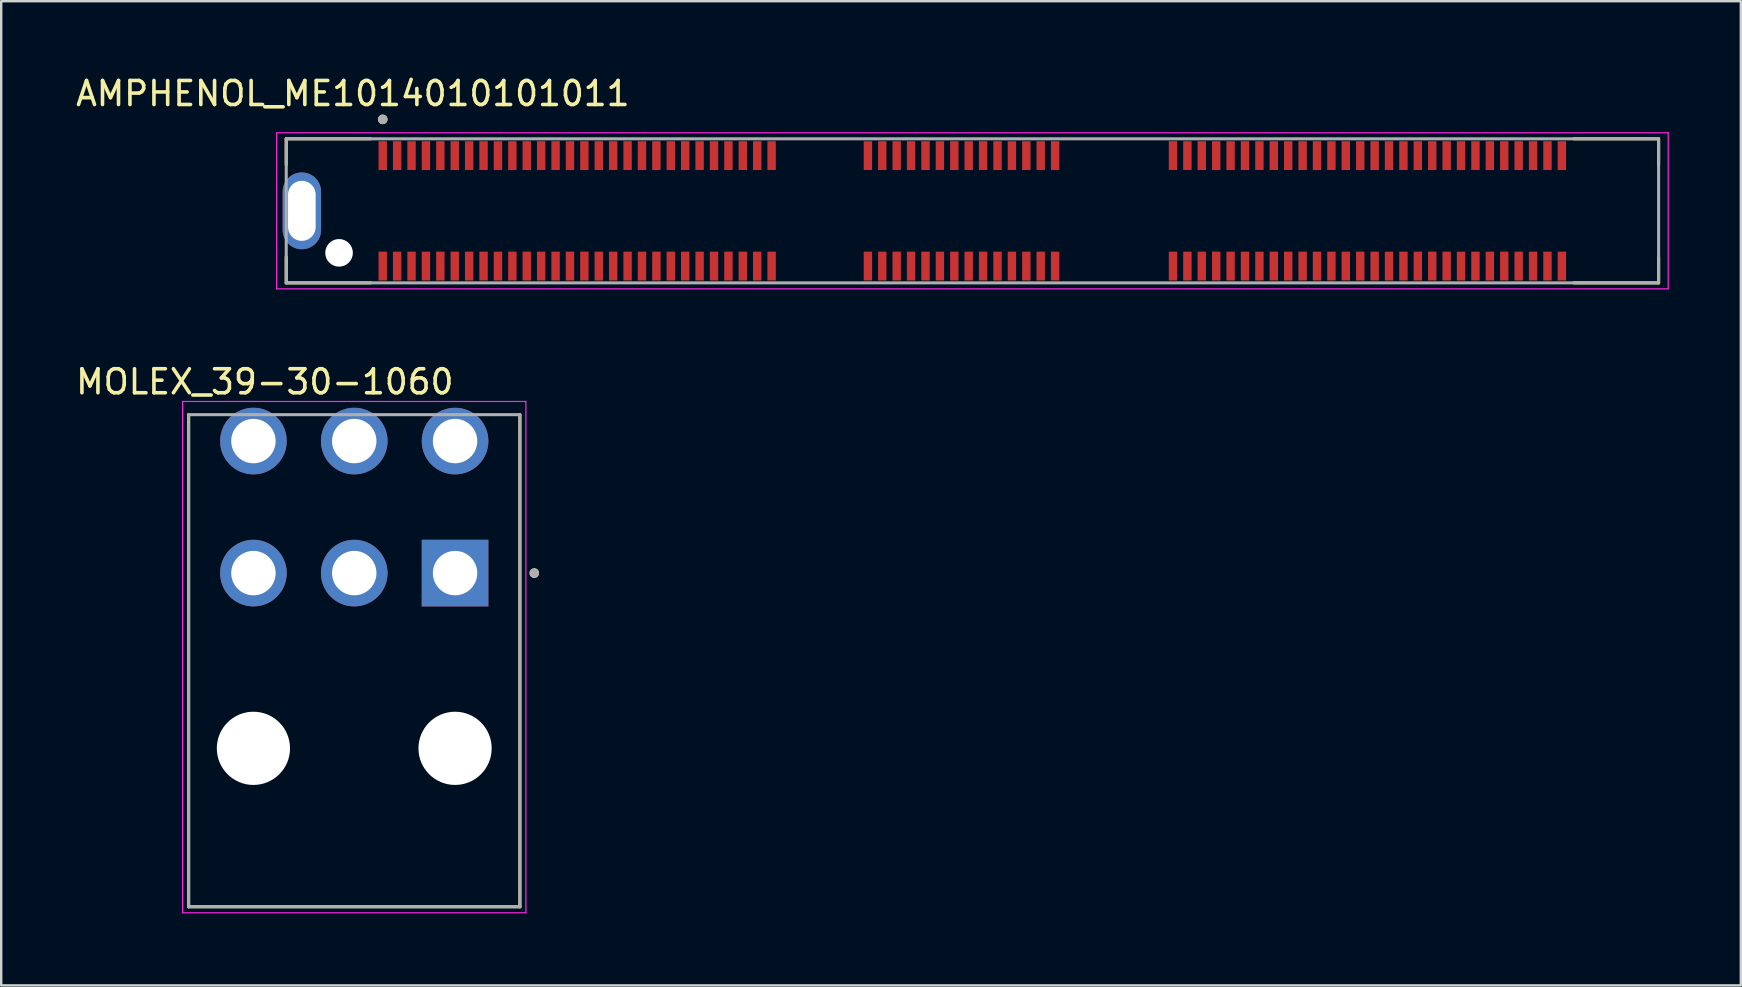
<source format=kicad_pcb>
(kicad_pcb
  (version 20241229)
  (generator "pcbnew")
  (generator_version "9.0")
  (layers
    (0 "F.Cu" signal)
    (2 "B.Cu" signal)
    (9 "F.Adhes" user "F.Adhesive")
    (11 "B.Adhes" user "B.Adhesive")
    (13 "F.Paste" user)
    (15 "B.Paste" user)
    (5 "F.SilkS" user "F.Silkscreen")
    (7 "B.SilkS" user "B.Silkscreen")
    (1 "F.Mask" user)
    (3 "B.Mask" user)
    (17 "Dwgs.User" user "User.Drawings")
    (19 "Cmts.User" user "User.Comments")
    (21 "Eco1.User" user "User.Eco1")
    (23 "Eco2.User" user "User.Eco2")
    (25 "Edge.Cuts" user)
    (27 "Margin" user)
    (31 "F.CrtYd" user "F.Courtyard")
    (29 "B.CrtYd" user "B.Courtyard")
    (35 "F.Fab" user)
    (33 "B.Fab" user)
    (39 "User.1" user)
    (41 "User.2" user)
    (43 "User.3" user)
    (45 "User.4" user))
  (footprint "AMPHENOL_ME1014010101011"
    (layer "F.Cu")
    (at 37.459 5.733)
    (property "Reference" "AMPHENOL_ME1014010101011" (at -25.81 -4.885 0) (layer "F.SilkS") (effects (font (size 1 1) (thickness 0.15))))
    (attr smd)
    (fp_line (start -28.585 -3) (end -28.585 -1.92) (stroke (width 0.127) (type solid)) (layer "F.SilkS"))
    (fp_line (start -28.585 3) (end -28.585 1.92) (stroke (width 0.127) (type solid)) (layer "F.SilkS"))
    (fp_line (start -28.585 3) (end -25.06 3) (stroke (width 0.127) (type solid)) (layer "F.SilkS"))
    (fp_line (start -25.06 -3) (end -28.585 -3) (stroke (width 0.127) (type solid)) (layer "F.SilkS"))
    (fp_line (start 25.05 3) (end 28.585 3) (stroke (width 0.127) (type solid)) (layer "F.SilkS"))
    (fp_line (start 28.585 -3) (end 25.05 -3) (stroke (width 0.127) (type solid)) (layer "F.SilkS"))
    (fp_line (start 28.585 -1.92) (end 28.585 -3) (stroke (width 0.127) (type solid)) (layer "F.SilkS"))
    (fp_line (start 28.585 3) (end 28.585 1.92) (stroke (width 0.127) (type solid)) (layer "F.SilkS"))
    (fp_circle (center -24.565 -3.81) (end -24.465 -3.81) (stroke (width 0.2) (type solid)) (fill no) (layer "F.SilkS"))
    (fp_line (start -28.985 -3.25) (end -28.985 3.25) (stroke (width 0.05) (type solid)) (layer "F.CrtYd"))
    (fp_line (start -28.985 3.25) (end 28.985 3.25) (stroke (width 0.05) (type solid)) (layer "F.CrtYd"))
    (fp_line (start 28.985 -3.25) (end -28.985 -3.25) (stroke (width 0.05) (type solid)) (layer "F.CrtYd"))
    (fp_line (start 28.985 3.25) (end 28.985 -3.25) (stroke (width 0.05) (type solid)) (layer "F.CrtYd"))
    (fp_line (start -28.585 -3) (end -28.585 3) (stroke (width 0.127) (type solid)) (layer "F.Fab"))
    (fp_line (start -28.585 3) (end 28.585 3) (stroke (width 0.127) (type solid)) (layer "F.Fab"))
    (fp_line (start 28.585 -3) (end -28.585 -3) (stroke (width 0.127) (type solid)) (layer "F.Fab"))
    (fp_line (start 28.585 3) (end 28.585 -3) (stroke (width 0.127) (type solid)) (layer "F.Fab"))
    (fp_circle (center -24.565 -3.81) (end -24.465 -3.81) (stroke (width 0.2) (type solid)) (fill no) (layer "F.Fab"))
    (pad "" np_thru_hole circle (at -26.385 1.75) (size 1.15 1.15) (drill 1.15) (layers "*.Cu" "*.Mask"))
    (pad "A1" smd rect (at -24.565 -2.3) (size 0.35 1.2) (layers "F.Cu" "F.Mask" "F.Paste"))
    (pad "A2" smd rect (at -23.965 -2.3) (size 0.35 1.2) (layers "F.Cu" "F.Mask" "F.Paste"))
    (pad "A3" smd rect (at -23.365 -2.3) (size 0.35 1.2) (layers "F.Cu" "F.Mask" "F.Paste"))
    (pad "A4" smd rect (at -22.765 -2.3) (size 0.35 1.2) (layers "F.Cu" "F.Mask" "F.Paste"))
    (pad "A5" smd rect (at -22.165 -2.3) (size 0.35 1.2) (layers "F.Cu" "F.Mask" "F.Paste"))
    (pad "A6" smd rect (at -21.565 -2.3) (size 0.35 1.2) (layers "F.Cu" "F.Mask" "F.Paste"))
    (pad "A7" smd rect (at -20.965 -2.3) (size 0.35 1.2) (layers "F.Cu" "F.Mask" "F.Paste"))
    (pad "A8" smd rect (at -20.365 -2.3) (size 0.35 1.2) (layers "F.Cu" "F.Mask" "F.Paste"))
    (pad "A9" smd rect (at -19.765 -2.3) (size 0.35 1.2) (layers "F.Cu" "F.Mask" "F.Paste"))
    (pad "A10" smd rect (at -19.165 -2.3) (size 0.35 1.2) (layers "F.Cu" "F.Mask" "F.Paste"))
    (pad "A11" smd rect (at -18.565 -2.3) (size 0.35 1.2) (layers "F.Cu" "F.Mask" "F.Paste"))
    (pad "A12" smd rect (at -17.965 -2.3) (size 0.35 1.2) (layers "F.Cu" "F.Mask" "F.Paste"))
    (pad "A13" smd rect (at -17.365 -2.3) (size 0.35 1.2) (layers "F.Cu" "F.Mask" "F.Paste"))
    (pad "A14" smd rect (at -16.765 -2.3) (size 0.35 1.2) (layers "F.Cu" "F.Mask" "F.Paste"))
    (pad "A15" smd rect (at -16.165 -2.3) (size 0.35 1.2) (layers "F.Cu" "F.Mask" "F.Paste"))
    (pad "A16" smd rect (at -15.565 -2.3) (size 0.35 1.2) (layers "F.Cu" "F.Mask" "F.Paste"))
    (pad "A17" smd rect (at -14.965 -2.3) (size 0.35 1.2) (layers "F.Cu" "F.Mask" "F.Paste"))
    (pad "A18" smd rect (at -14.365 -2.3) (size 0.35 1.2) (layers "F.Cu" "F.Mask" "F.Paste"))
    (pad "A19" smd rect (at -13.765 -2.3) (size 0.35 1.2) (layers "F.Cu" "F.Mask" "F.Paste"))
    (pad "A20" smd rect (at -13.165 -2.3) (size 0.35 1.2) (layers "F.Cu" "F.Mask" "F.Paste"))
    (pad "A21" smd rect (at -12.565 -2.3) (size 0.35 1.2) (layers "F.Cu" "F.Mask" "F.Paste"))
    (pad "A22" smd rect (at -11.965 -2.3) (size 0.35 1.2) (layers "F.Cu" "F.Mask" "F.Paste"))
    (pad "A23" smd rect (at -11.365 -2.3) (size 0.35 1.2) (layers "F.Cu" "F.Mask" "F.Paste"))
    (pad "A24" smd rect (at -10.765 -2.3) (size 0.35 1.2) (layers "F.Cu" "F.Mask" "F.Paste"))
    (pad "A25" smd rect (at -10.165 -2.3) (size 0.35 1.2) (layers "F.Cu" "F.Mask" "F.Paste"))
    (pad "A26" smd rect (at -9.565 -2.3) (size 0.35 1.2) (layers "F.Cu" "F.Mask" "F.Paste"))
    (pad "A27" smd rect (at -8.965 -2.3) (size 0.35 1.2) (layers "F.Cu" "F.Mask" "F.Paste"))
    (pad "A28" smd rect (at -8.365 -2.3) (size 0.35 1.2) (layers "F.Cu" "F.Mask" "F.Paste"))
    (pad "A29" smd rect (at -4.355 -2.3) (size 0.35 1.2) (layers "F.Cu" "F.Mask" "F.Paste"))
    (pad "A30" smd rect (at -3.755 -2.3) (size 0.35 1.2) (layers "F.Cu" "F.Mask" "F.Paste"))
    (pad "A31" smd rect (at -3.155 -2.3) (size 0.35 1.2) (layers "F.Cu" "F.Mask" "F.Paste"))
    (pad "A32" smd rect (at -2.555 -2.3) (size 0.35 1.2) (layers "F.Cu" "F.Mask" "F.Paste"))
    (pad "A33" smd rect (at -1.955 -2.3) (size 0.35 1.2) (layers "F.Cu" "F.Mask" "F.Paste"))
    (pad "A34" smd rect (at -1.355 -2.3) (size 0.35 1.2) (layers "F.Cu" "F.Mask" "F.Paste"))
    (pad "A35" smd rect (at -0.755 -2.3) (size 0.35 1.2) (layers "F.Cu" "F.Mask" "F.Paste"))
    (pad "A36" smd rect (at -0.155 -2.3) (size 0.35 1.2) (layers "F.Cu" "F.Mask" "F.Paste"))
    (pad "A37" smd rect (at 0.445 -2.3) (size 0.35 1.2) (layers "F.Cu" "F.Mask" "F.Paste"))
    (pad "A38" smd rect (at 1.045 -2.3) (size 0.35 1.2) (layers "F.Cu" "F.Mask" "F.Paste"))
    (pad "A39" smd rect (at 1.645 -2.3) (size 0.35 1.2) (layers "F.Cu" "F.Mask" "F.Paste"))
    (pad "A40" smd rect (at 2.245 -2.3) (size 0.35 1.2) (layers "F.Cu" "F.Mask" "F.Paste"))
    (pad "A41" smd rect (at 2.845 -2.3) (size 0.35 1.2) (layers "F.Cu" "F.Mask" "F.Paste"))
    (pad "A42" smd rect (at 3.445 -2.3) (size 0.35 1.2) (layers "F.Cu" "F.Mask" "F.Paste"))
    (pad "A43" smd rect (at 8.355 -2.3) (size 0.35 1.2) (layers "F.Cu" "F.Mask" "F.Paste"))
    (pad "A44" smd rect (at 8.955 -2.3) (size 0.35 1.2) (layers "F.Cu" "F.Mask" "F.Paste"))
    (pad "A45" smd rect (at 9.555 -2.3) (size 0.35 1.2) (layers "F.Cu" "F.Mask" "F.Paste"))
    (pad "A46" smd rect (at 10.155 -2.3) (size 0.35 1.2) (layers "F.Cu" "F.Mask" "F.Paste"))
    (pad "A47" smd rect (at 10.755 -2.3) (size 0.35 1.2) (layers "F.Cu" "F.Mask" "F.Paste"))
    (pad "A48" smd rect (at 11.355 -2.3) (size 0.35 1.2) (layers "F.Cu" "F.Mask" "F.Paste"))
    (pad "A49" smd rect (at 11.955 -2.3) (size 0.35 1.2) (layers "F.Cu" "F.Mask" "F.Paste"))
    (pad "A50" smd rect (at 12.555 -2.3) (size 0.35 1.2) (layers "F.Cu" "F.Mask" "F.Paste"))
    (pad "A51" smd rect (at 13.155 -2.3) (size 0.35 1.2) (layers "F.Cu" "F.Mask" "F.Paste"))
    (pad "A52" smd rect (at 13.755 -2.3) (size 0.35 1.2) (layers "F.Cu" "F.Mask" "F.Paste"))
    (pad "A53" smd rect (at 14.355 -2.3) (size 0.35 1.2) (layers "F.Cu" "F.Mask" "F.Paste"))
    (pad "A54" smd rect (at 14.955 -2.3) (size 0.35 1.2) (layers "F.Cu" "F.Mask" "F.Paste"))
    (pad "A55" smd rect (at 15.555 -2.3) (size 0.35 1.2) (layers "F.Cu" "F.Mask" "F.Paste"))
    (pad "A56" smd rect (at 16.155 -2.3) (size 0.35 1.2) (layers "F.Cu" "F.Mask" "F.Paste"))
    (pad "A57" smd rect (at 16.755 -2.3) (size 0.35 1.2) (layers "F.Cu" "F.Mask" "F.Paste"))
    (pad "A58" smd rect (at 17.355 -2.3) (size 0.35 1.2) (layers "F.Cu" "F.Mask" "F.Paste"))
    (pad "A59" smd rect (at 17.955 -2.3) (size 0.35 1.2) (layers "F.Cu" "F.Mask" "F.Paste"))
    (pad "A60" smd rect (at 18.555 -2.3) (size 0.35 1.2) (layers "F.Cu" "F.Mask" "F.Paste"))
    (pad "A61" smd rect (at 19.155 -2.3) (size 0.35 1.2) (layers "F.Cu" "F.Mask" "F.Paste"))
    (pad "A62" smd rect (at 19.755 -2.3) (size 0.35 1.2) (layers "F.Cu" "F.Mask" "F.Paste"))
    (pad "A63" smd rect (at 20.355 -2.3) (size 0.35 1.2) (layers "F.Cu" "F.Mask" "F.Paste"))
    (pad "A64" smd rect (at 20.955 -2.3) (size 0.35 1.2) (layers "F.Cu" "F.Mask" "F.Paste"))
    (pad "A65" smd rect (at 21.555 -2.3) (size 0.35 1.2) (layers "F.Cu" "F.Mask" "F.Paste"))
    (pad "A66" smd rect (at 22.155 -2.3) (size 0.35 1.2) (layers "F.Cu" "F.Mask" "F.Paste"))
    (pad "A67" smd rect (at 22.755 -2.3) (size 0.35 1.2) (layers "F.Cu" "F.Mask" "F.Paste"))
    (pad "A68" smd rect (at 23.355 -2.3) (size 0.35 1.2) (layers "F.Cu" "F.Mask" "F.Paste"))
    (pad "A69" smd rect (at 23.955 -2.3) (size 0.35 1.2) (layers "F.Cu" "F.Mask" "F.Paste"))
    (pad "A70" smd rect (at 24.555 -2.3) (size 0.35 1.2) (layers "F.Cu" "F.Mask" "F.Paste"))
    (pad "B1" smd rect (at -24.565 2.3) (size 0.35 1.2) (layers "F.Cu" "F.Mask" "F.Paste"))
    (pad "B2" smd rect (at -23.965 2.3) (size 0.35 1.2) (layers "F.Cu" "F.Mask" "F.Paste"))
    (pad "B3" smd rect (at -23.365 2.3) (size 0.35 1.2) (layers "F.Cu" "F.Mask" "F.Paste"))
    (pad "B4" smd rect (at -22.765 2.3) (size 0.35 1.2) (layers "F.Cu" "F.Mask" "F.Paste"))
    (pad "B5" smd rect (at -22.165 2.3) (size 0.35 1.2) (layers "F.Cu" "F.Mask" "F.Paste"))
    (pad "B6" smd rect (at -21.565 2.3) (size 0.35 1.2) (layers "F.Cu" "F.Mask" "F.Paste"))
    (pad "B7" smd rect (at -20.965 2.3) (size 0.35 1.2) (layers "F.Cu" "F.Mask" "F.Paste"))
    (pad "B8" smd rect (at -20.365 2.3) (size 0.35 1.2) (layers "F.Cu" "F.Mask" "F.Paste"))
    (pad "B9" smd rect (at -19.765 2.3) (size 0.35 1.2) (layers "F.Cu" "F.Mask" "F.Paste"))
    (pad "B10" smd rect (at -19.165 2.3) (size 0.35 1.2) (layers "F.Cu" "F.Mask" "F.Paste"))
    (pad "B11" smd rect (at -18.565 2.3) (size 0.35 1.2) (layers "F.Cu" "F.Mask" "F.Paste"))
    (pad "B12" smd rect (at -17.965 2.3) (size 0.35 1.2) (layers "F.Cu" "F.Mask" "F.Paste"))
    (pad "B13" smd rect (at -17.365 2.3) (size 0.35 1.2) (layers "F.Cu" "F.Mask" "F.Paste"))
    (pad "B14" smd rect (at -16.765 2.3) (size 0.35 1.2) (layers "F.Cu" "F.Mask" "F.Paste"))
    (pad "B15" smd rect (at -16.165 2.3) (size 0.35 1.2) (layers "F.Cu" "F.Mask" "F.Paste"))
    (pad "B16" smd rect (at -15.565 2.3) (size 0.35 1.2) (layers "F.Cu" "F.Mask" "F.Paste"))
    (pad "B17" smd rect (at -14.965 2.3) (size 0.35 1.2) (layers "F.Cu" "F.Mask" "F.Paste"))
    (pad "B18" smd rect (at -14.365 2.3) (size 0.35 1.2) (layers "F.Cu" "F.Mask" "F.Paste"))
    (pad "B19" smd rect (at -13.765 2.3) (size 0.35 1.2) (layers "F.Cu" "F.Mask" "F.Paste"))
    (pad "B20" smd rect (at -13.165 2.3) (size 0.35 1.2) (layers "F.Cu" "F.Mask" "F.Paste"))
    (pad "B21" smd rect (at -12.565 2.3) (size 0.35 1.2) (layers "F.Cu" "F.Mask" "F.Paste"))
    (pad "B22" smd rect (at -11.965 2.3) (size 0.35 1.2) (layers "F.Cu" "F.Mask" "F.Paste"))
    (pad "B23" smd rect (at -11.365 2.3) (size 0.35 1.2) (layers "F.Cu" "F.Mask" "F.Paste"))
    (pad "B24" smd rect (at -10.765 2.3) (size 0.35 1.2) (layers "F.Cu" "F.Mask" "F.Paste"))
    (pad "B25" smd rect (at -10.165 2.3) (size 0.35 1.2) (layers "F.Cu" "F.Mask" "F.Paste"))
    (pad "B26" smd rect (at -9.565 2.3) (size 0.35 1.2) (layers "F.Cu" "F.Mask" "F.Paste"))
    (pad "B27" smd rect (at -8.965 2.3) (size 0.35 1.2) (layers "F.Cu" "F.Mask" "F.Paste"))
    (pad "B28" smd rect (at -8.365 2.3) (size 0.35 1.2) (layers "F.Cu" "F.Mask" "F.Paste"))
    (pad "B29" smd rect (at -4.355 2.3) (size 0.35 1.2) (layers "F.Cu" "F.Mask" "F.Paste"))
    (pad "B30" smd rect (at -3.755 2.3) (size 0.35 1.2) (layers "F.Cu" "F.Mask" "F.Paste"))
    (pad "B31" smd rect (at -3.155 2.3) (size 0.35 1.2) (layers "F.Cu" "F.Mask" "F.Paste"))
    (pad "B32" smd rect (at -2.555 2.3) (size 0.35 1.2) (layers "F.Cu" "F.Mask" "F.Paste"))
    (pad "B33" smd rect (at -1.955 2.3) (size 0.35 1.2) (layers "F.Cu" "F.Mask" "F.Paste"))
    (pad "B34" smd rect (at -1.355 2.3) (size 0.35 1.2) (layers "F.Cu" "F.Mask" "F.Paste"))
    (pad "B35" smd rect (at -0.755 2.3) (size 0.35 1.2) (layers "F.Cu" "F.Mask" "F.Paste"))
    (pad "B36" smd rect (at -0.155 2.3) (size 0.35 1.2) (layers "F.Cu" "F.Mask" "F.Paste"))
    (pad "B37" smd rect (at 0.445 2.3) (size 0.35 1.2) (layers "F.Cu" "F.Mask" "F.Paste"))
    (pad "B38" smd rect (at 1.045 2.3) (size 0.35 1.2) (layers "F.Cu" "F.Mask" "F.Paste"))
    (pad "B39" smd rect (at 1.645 2.3) (size 0.35 1.2) (layers "F.Cu" "F.Mask" "F.Paste"))
    (pad "B40" smd rect (at 2.245 2.3) (size 0.35 1.2) (layers "F.Cu" "F.Mask" "F.Paste"))
    (pad "B41" smd rect (at 2.845 2.3) (size 0.35 1.2) (layers "F.Cu" "F.Mask" "F.Paste"))
    (pad "B42" smd rect (at 3.445 2.3) (size 0.35 1.2) (layers "F.Cu" "F.Mask" "F.Paste"))
    (pad "B43" smd rect (at 8.355 2.3) (size 0.35 1.2) (layers "F.Cu" "F.Mask" "F.Paste"))
    (pad "B44" smd rect (at 8.955 2.3) (size 0.35 1.2) (layers "F.Cu" "F.Mask" "F.Paste"))
    (pad "B45" smd rect (at 9.555 2.3) (size 0.35 1.2) (layers "F.Cu" "F.Mask" "F.Paste"))
    (pad "B46" smd rect (at 10.155 2.3) (size 0.35 1.2) (layers "F.Cu" "F.Mask" "F.Paste"))
    (pad "B47" smd rect (at 10.755 2.3) (size 0.35 1.2) (layers "F.Cu" "F.Mask" "F.Paste"))
    (pad "B48" smd rect (at 11.355 2.3) (size 0.35 1.2) (layers "F.Cu" "F.Mask" "F.Paste"))
    (pad "B49" smd rect (at 11.955 2.3) (size 0.35 1.2) (layers "F.Cu" "F.Mask" "F.Paste"))
    (pad "B50" smd rect (at 12.555 2.3) (size 0.35 1.2) (layers "F.Cu" "F.Mask" "F.Paste"))
    (pad "B51" smd rect (at 13.155 2.3) (size 0.35 1.2) (layers "F.Cu" "F.Mask" "F.Paste"))
    (pad "B52" smd rect (at 13.755 2.3) (size 0.35 1.2) (layers "F.Cu" "F.Mask" "F.Paste"))
    (pad "B53" smd rect (at 14.355 2.3) (size 0.35 1.2) (layers "F.Cu" "F.Mask" "F.Paste"))
    (pad "B54" smd rect (at 14.955 2.3) (size 0.35 1.2) (layers "F.Cu" "F.Mask" "F.Paste"))
    (pad "B55" smd rect (at 15.555 2.3) (size 0.35 1.2) (layers "F.Cu" "F.Mask" "F.Paste"))
    (pad "B56" smd rect (at 16.155 2.3) (size 0.35 1.2) (layers "F.Cu" "F.Mask" "F.Paste"))
    (pad "B57" smd rect (at 16.755 2.3) (size 0.35 1.2) (layers "F.Cu" "F.Mask" "F.Paste"))
    (pad "B58" smd rect (at 17.355 2.3) (size 0.35 1.2) (layers "F.Cu" "F.Mask" "F.Paste"))
    (pad "B59" smd rect (at 17.955 2.3) (size 0.35 1.2) (layers "F.Cu" "F.Mask" "F.Paste"))
    (pad "B60" smd rect (at 18.555 2.3) (size 0.35 1.2) (layers "F.Cu" "F.Mask" "F.Paste"))
    (pad "B61" smd rect (at 19.155 2.3) (size 0.35 1.2) (layers "F.Cu" "F.Mask" "F.Paste"))
    (pad "B62" smd rect (at 19.755 2.3) (size 0.35 1.2) (layers "F.Cu" "F.Mask" "F.Paste"))
    (pad "B63" smd rect (at 20.355 2.3) (size 0.35 1.2) (layers "F.Cu" "F.Mask" "F.Paste"))
    (pad "B64" smd rect (at 20.955 2.3) (size 0.35 1.2) (layers "F.Cu" "F.Mask" "F.Paste"))
    (pad "B65" smd rect (at 21.555 2.3) (size 0.35 1.2) (layers "F.Cu" "F.Mask" "F.Paste"))
    (pad "B66" smd rect (at 22.155 2.3) (size 0.35 1.2) (layers "F.Cu" "F.Mask" "F.Paste"))
    (pad "B67" smd rect (at 22.755 2.3) (size 0.35 1.2) (layers "F.Cu" "F.Mask" "F.Paste"))
    (pad "B68" smd rect (at 23.355 2.3) (size 0.35 1.2) (layers "F.Cu" "F.Mask" "F.Paste"))
    (pad "B69" smd rect (at 23.955 2.3) (size 0.35 1.2) (layers "F.Cu" "F.Mask" "F.Paste"))
    (pad "B70" smd rect (at 24.555 2.3) (size 0.35 1.2) (layers "F.Cu" "F.Mask" "F.Paste"))
    (pad "SH1" thru_hole oval (at -27.935 0) (size 1.6 3.2) (drill oval 1.15 2.5) (layers "*.Cu" "*.Mask")))
  (footprint "MOLEX_39-30-1060"
    (layer "F.Cu")
    (at 11.707 18.074)
    (property "Reference" "MOLEX_39-30-1060" (at -3.725 -5.218 0) (layer "F.SilkS") (effects (font (size 1 1) (thickness 0.15))))
    (attr through_hole)
    (fp_line (start -6.9 -3.85) (end -6.9 16.65) (stroke (width 0.127) (type solid)) (layer "F.SilkS"))
    (fp_line (start -6.9 16.65) (end 6.9 16.65) (stroke (width 0.127) (type solid)) (layer "F.SilkS"))
    (fp_line (start 6.9 16.65) (end 6.9 -3.85) (stroke (width 0.127) (type solid)) (layer "F.SilkS"))
    (fp_circle (center 7.5 2.75) (end 7.6 2.75) (stroke (width 0.2) (type solid)) (fill no) (layer "F.SilkS"))
    (fp_line (start -7.15 -4.4) (end 7.15 -4.4) (stroke (width 0.05) (type solid)) (layer "F.CrtYd"))
    (fp_line (start -7.15 16.9) (end -7.15 -4.4) (stroke (width 0.05) (type solid)) (layer "F.CrtYd"))
    (fp_line (start 7.15 -4.4) (end 7.15 16.9) (stroke (width 0.05) (type solid)) (layer "F.CrtYd"))
    (fp_line (start 7.15 16.9) (end -7.15 16.9) (stroke (width 0.05) (type solid)) (layer "F.CrtYd"))
    (fp_line (start -6.9 -3.85) (end 6.9 -3.85) (stroke (width 0.127) (type solid)) (layer "F.Fab"))
    (fp_line (start -6.9 16.65) (end -6.9 -3.85) (stroke (width 0.127) (type solid)) (layer "F.Fab"))
    (fp_line (start 6.9 -3.85) (end 6.9 16.65) (stroke (width 0.127) (type solid)) (layer "F.Fab"))
    (fp_line (start 6.9 16.65) (end -6.9 16.65) (stroke (width 0.127) (type solid)) (layer "F.Fab"))
    (fp_circle (center 7.5 2.75) (end 7.6 2.75) (stroke (width 0.2) (type solid)) (fill no) (layer "F.Fab"))
    (pad "" np_thru_hole circle (at -4.2 10.05) (size 3.05 3.05) (drill 3.05) (layers "*.Cu" "*.Mask"))
    (pad "" np_thru_hole circle (at 4.2 10.05) (size 3.05 3.05) (drill 3.05) (layers "*.Cu" "*.Mask"))
    (pad "1" thru_hole rect (at 4.2 2.75) (size 2.775 2.775) (drill 1.85) (layers "*.Cu" "*.Mask"))
    (pad "2" thru_hole circle (at 0 2.75) (size 2.775 2.775) (drill 1.85) (layers "*.Cu" "*.Mask"))
    (pad "3" thru_hole circle (at -4.2 2.75) (size 2.775 2.775) (drill 1.85) (layers "*.Cu" "*.Mask"))
    (pad "4" thru_hole circle (at 4.2 -2.75) (size 2.775 2.775) (drill 1.85) (layers "*.Cu" "*.Mask"))
    (pad "5" thru_hole circle (at 0 -2.75) (size 2.775 2.775) (drill 1.85) (layers "*.Cu" "*.Mask"))
    (pad "6" thru_hole circle (at -4.2 -2.75) (size 2.775 2.775) (drill 1.85) (layers "*.Cu" "*.Mask")))
  (gr_rect
    (start -3 -3)
    (end 69.469 37.999)
    (stroke (width 0.1) (type default))
    (fill no)
    (layer "Edge.Cuts")))
</source>
